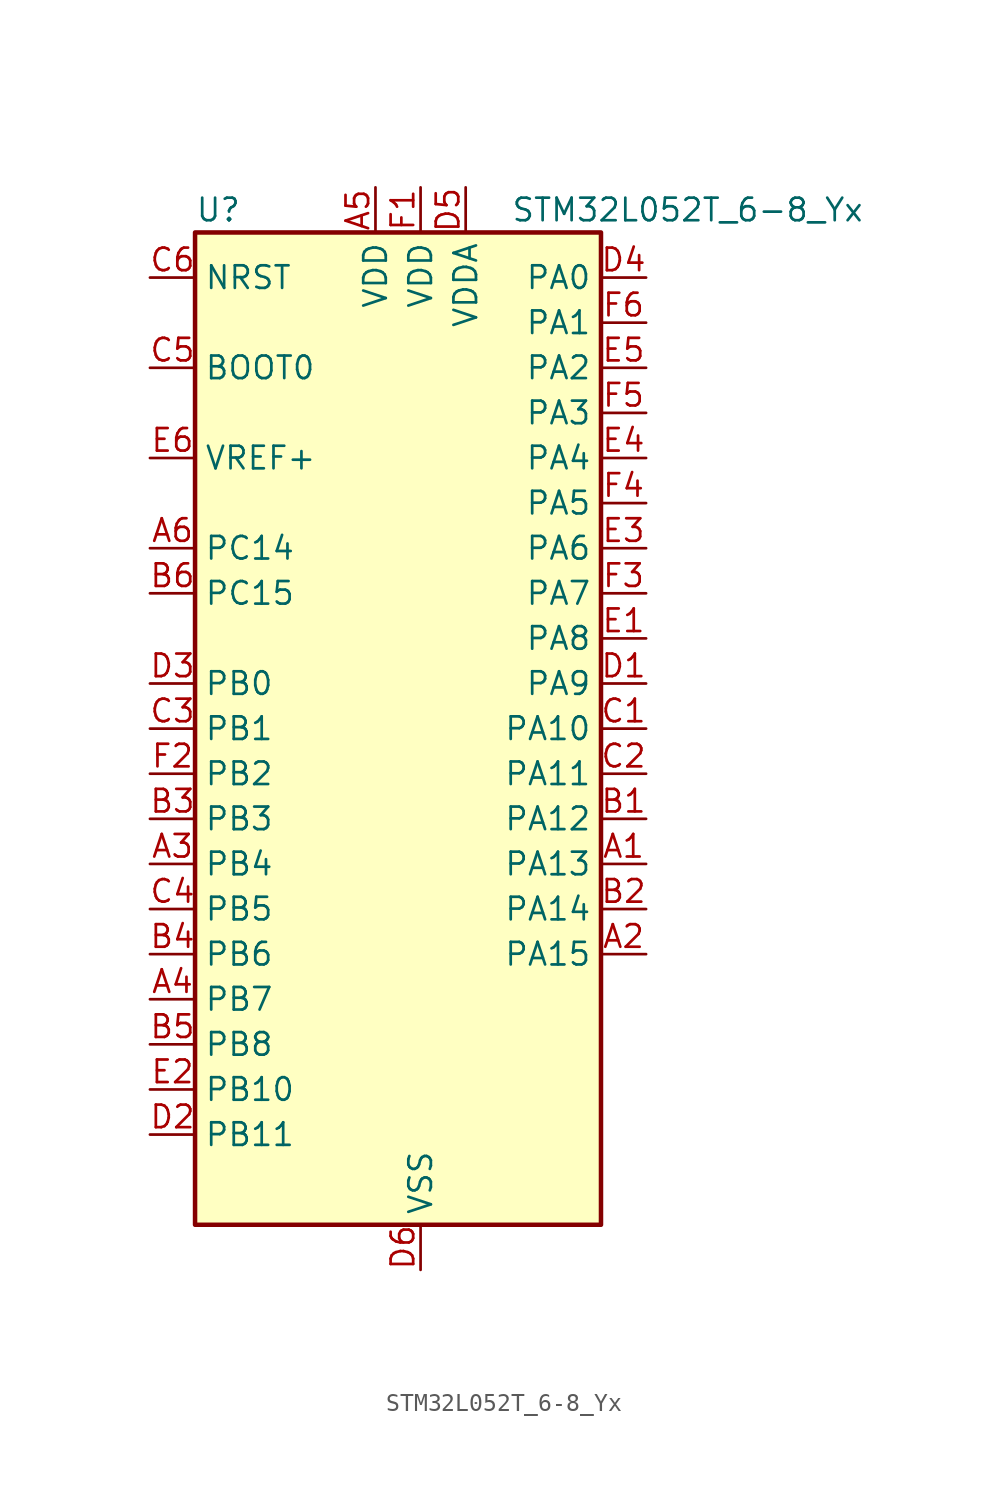
<source format=kicad_sym>
(kicad_symbol_lib
  (version 20231120)
  (generator "kicad_symbol_editor")
  (generator_version "8.0")
  (symbol "STM32L052T_6-8_Yx"
    (property "Reference" "U"
      (at -10.16 29.21 0)
      (effects (font (size 1.27 1.27)) (justify left)))
    (property "Value" "STM32L052T_6-8_Yx"
      (at 7.62 29.21 0)
      (effects (font (size 1.27 1.27)) (justify left)))
    (property "ki_locked" ""
      (at 0 0 0)
      (effects (font (size 1.27 1.27))))
    (symbol "STM32L052T_6-8_Yx_0_1"
      (rectangle (start -10.16 -27.94) (end 12.7 27.94) (stroke (width 0.254) (type default)) (fill (type background))))
    (symbol "STM32L052T_6-8_Yx_1_1"
      (pin bidirectional line (at 15.24 -7.62 180) (length 2.54) (name "PA13" (effects (font (size 1.27 1.27)))) (number "A1" (effects (font (size 1.27 1.27)))) (alternate "SYS_SWDIO" bidirectional line) (alternate "USB_NOE" bidirectional line))
      (pin bidirectional line (at 15.24 -12.7 180) (length 2.54) (name "PA15" (effects (font (size 1.27 1.27)))) (number "A2" (effects (font (size 1.27 1.27)))) (alternate "SPI1_NSS" bidirectional line) (alternate "TIM2_CH1" bidirectional line) (alternate "TIM2_ETR" bidirectional line) (alternate "USART2_RX" bidirectional line))
      (pin bidirectional line (at -12.7 -7.62 0) (length 2.54) (name "PB4" (effects (font (size 1.27 1.27)))) (number "A3" (effects (font (size 1.27 1.27)))) (alternate "COMP2_INP" bidirectional line) (alternate "SPI1_MISO" bidirectional line) (alternate "TIM22_CH1" bidirectional line) (alternate "TSC_G5_IO2" bidirectional line))
      (pin bidirectional line (at -12.7 -15.24 0) (length 2.54) (name "PB7" (effects (font (size 1.27 1.27)))) (number "A4" (effects (font (size 1.27 1.27)))) (alternate "COMP2_INP" bidirectional line) (alternate "I2C1_SDA" bidirectional line) (alternate "LPTIM1_IN2" bidirectional line) (alternate "SYS_PVD_IN" bidirectional line) (alternate "TSC_G5_IO4" bidirectional line) (alternate "USART1_RX" bidirectional line))
      (pin power_in line (at 0 30.48 270) (length 2.54) (name "VDD" (effects (font (size 1.27 1.27)))) (number "A5" (effects (font (size 1.27 1.27)))))
      (pin bidirectional line (at -12.7 10.16 0) (length 2.54) (name "PC14" (effects (font (size 1.27 1.27)))) (number "A6" (effects (font (size 1.27 1.27)))) (alternate "RCC_OSC32_IN" bidirectional line))
      (pin bidirectional line (at 15.24 -5.08 180) (length 2.54) (name "PA12" (effects (font (size 1.27 1.27)))) (number "B1" (effects (font (size 1.27 1.27)))) (alternate "COMP2_OUT" bidirectional line) (alternate "SPI1_MOSI" bidirectional line) (alternate "TSC_G4_IO4" bidirectional line) (alternate "USART1_DE" bidirectional line) (alternate "USART1_RTS" bidirectional line) (alternate "USB_DP" bidirectional line))
      (pin bidirectional line (at 15.24 -10.16 180) (length 2.54) (name "PA14" (effects (font (size 1.27 1.27)))) (number "B2" (effects (font (size 1.27 1.27)))) (alternate "SYS_SWCLK" bidirectional line) (alternate "USART2_TX" bidirectional line))
      (pin bidirectional line (at -12.7 -5.08 0) (length 2.54) (name "PB3" (effects (font (size 1.27 1.27)))) (number "B3" (effects (font (size 1.27 1.27)))) (alternate "COMP2_INM" bidirectional line) (alternate "SPI1_SCK" bidirectional line) (alternate "TIM2_CH2" bidirectional line) (alternate "TSC_G5_IO1" bidirectional line))
      (pin bidirectional line (at -12.7 -12.7 0) (length 2.54) (name "PB6" (effects (font (size 1.27 1.27)))) (number "B4" (effects (font (size 1.27 1.27)))) (alternate "COMP2_INP" bidirectional line) (alternate "I2C1_SCL" bidirectional line) (alternate "LPTIM1_ETR" bidirectional line) (alternate "TSC_G5_IO3" bidirectional line) (alternate "USART1_TX" bidirectional line))
      (pin bidirectional line (at -12.7 -17.78 0) (length 2.54) (name "PB8" (effects (font (size 1.27 1.27)))) (number "B5" (effects (font (size 1.27 1.27)))) (alternate "I2C1_SCL" bidirectional line) (alternate "TSC_SYNC" bidirectional line))
      (pin bidirectional line (at -12.7 7.62 0) (length 2.54) (name "PC15" (effects (font (size 1.27 1.27)))) (number "B6" (effects (font (size 1.27 1.27)))) (alternate "RCC_OSC32_OUT" bidirectional line))
      (pin bidirectional line (at 15.24 0 180) (length 2.54) (name "PA10" (effects (font (size 1.27 1.27)))) (number "C1" (effects (font (size 1.27 1.27)))) (alternate "TSC_G4_IO2" bidirectional line) (alternate "USART1_RX" bidirectional line))
      (pin bidirectional line (at 15.24 -2.54 180) (length 2.54) (name "PA11" (effects (font (size 1.27 1.27)))) (number "C2" (effects (font (size 1.27 1.27)))) (alternate "ADC_EXTI11" bidirectional line) (alternate "COMP1_OUT" bidirectional line) (alternate "SPI1_MISO" bidirectional line) (alternate "TSC_G4_IO3" bidirectional line) (alternate "USART1_CTS" bidirectional line) (alternate "USB_DM" bidirectional line))
      (pin bidirectional line (at -12.7 0 0) (length 2.54) (name "PB1" (effects (font (size 1.27 1.27)))) (number "C3" (effects (font (size 1.27 1.27)))) (alternate "ADC_IN9" bidirectional line) (alternate "LPUART1_DE" bidirectional line) (alternate "LPUART1_RTS" bidirectional line) (alternate "SYS_VREF_OUT_PB1" bidirectional line) (alternate "TSC_G3_IO3" bidirectional line))
      (pin bidirectional line (at -12.7 -10.16 0) (length 2.54) (name "PB5" (effects (font (size 1.27 1.27)))) (number "C4" (effects (font (size 1.27 1.27)))) (alternate "COMP2_INP" bidirectional line) (alternate "I2C1_SMBA" bidirectional line) (alternate "LPTIM1_IN1" bidirectional line) (alternate "SPI1_MOSI" bidirectional line) (alternate "TIM22_CH2" bidirectional line))
      (pin input line (at -12.7 20.32 0) (length 2.54) (name "BOOT0" (effects (font (size 1.27 1.27)))) (number "C5" (effects (font (size 1.27 1.27)))))
      (pin input line (at -12.7 25.4 0) (length 2.54) (name "NRST" (effects (font (size 1.27 1.27)))) (number "C6" (effects (font (size 1.27 1.27)))))
      (pin bidirectional line (at 15.24 2.54 180) (length 2.54) (name "PA9" (effects (font (size 1.27 1.27)))) (number "D1" (effects (font (size 1.27 1.27)))) (alternate "DAC_EXTI9" bidirectional line) (alternate "RCC_MCO" bidirectional line) (alternate "TSC_G4_IO1" bidirectional line) (alternate "USART1_TX" bidirectional line))
      (pin bidirectional line (at -12.7 -22.86 0) (length 2.54) (name "PB11" (effects (font (size 1.27 1.27)))) (number "D2" (effects (font (size 1.27 1.27)))) (alternate "ADC_EXTI11" bidirectional line) (alternate "I2C2_SDA" bidirectional line) (alternate "LPUART1_RX" bidirectional line) (alternate "TIM2_CH4" bidirectional line) (alternate "TSC_G6_IO1" bidirectional line))
      (pin bidirectional line (at -12.7 2.54 0) (length 2.54) (name "PB0" (effects (font (size 1.27 1.27)))) (number "D3" (effects (font (size 1.27 1.27)))) (alternate "ADC_IN8" bidirectional line) (alternate "SYS_VREF_OUT_PB0" bidirectional line) (alternate "TSC_G3_IO2" bidirectional line))
      (pin bidirectional line (at 15.24 25.4 180) (length 2.54) (name "PA0" (effects (font (size 1.27 1.27)))) (number "D4" (effects (font (size 1.27 1.27)))) (alternate "ADC_IN0" bidirectional line) (alternate "COMP1_INM" bidirectional line) (alternate "COMP1_OUT" bidirectional line) (alternate "RTC_TAMP2" bidirectional line) (alternate "SYS_WKUP1" bidirectional line) (alternate "TIM2_CH1" bidirectional line) (alternate "TIM2_ETR" bidirectional line) (alternate "TSC_G1_IO1" bidirectional line) (alternate "USART2_CTS" bidirectional line))
      (pin power_in line (at 5.08 30.48 270) (length 2.54) (name "VDDA" (effects (font (size 1.27 1.27)))) (number "D5" (effects (font (size 1.27 1.27)))))
      (pin power_in line (at 2.54 -30.48 90) (length 2.54) (name "VSS" (effects (font (size 1.27 1.27)))) (number "D6" (effects (font (size 1.27 1.27)))))
      (pin bidirectional line (at 15.24 5.08 180) (length 2.54) (name "PA8" (effects (font (size 1.27 1.27)))) (number "E1" (effects (font (size 1.27 1.27)))) (alternate "CRS_SYNC" bidirectional line) (alternate "RCC_MCO" bidirectional line) (alternate "USART1_CK" bidirectional line))
      (pin bidirectional line (at -12.7 -20.32 0) (length 2.54) (name "PB10" (effects (font (size 1.27 1.27)))) (number "E2" (effects (font (size 1.27 1.27)))) (alternate "I2C2_SCL" bidirectional line) (alternate "LPUART1_TX" bidirectional line) (alternate "TIM2_CH3" bidirectional line) (alternate "TSC_SYNC" bidirectional line))
      (pin bidirectional line (at 15.24 10.16 180) (length 2.54) (name "PA6" (effects (font (size 1.27 1.27)))) (number "E3" (effects (font (size 1.27 1.27)))) (alternate "ADC_IN6" bidirectional line) (alternate "COMP1_OUT" bidirectional line) (alternate "LPUART1_CTS" bidirectional line) (alternate "SPI1_MISO" bidirectional line) (alternate "TIM22_CH1" bidirectional line) (alternate "TSC_G2_IO3" bidirectional line))
      (pin bidirectional line (at 15.24 15.24 180) (length 2.54) (name "PA4" (effects (font (size 1.27 1.27)))) (number "E4" (effects (font (size 1.27 1.27)))) (alternate "ADC_IN4" bidirectional line) (alternate "COMP1_INM" bidirectional line) (alternate "COMP2_INM" bidirectional line) (alternate "DAC_OUT1" bidirectional line) (alternate "SPI1_NSS" bidirectional line) (alternate "TIM22_ETR" bidirectional line) (alternate "TSC_G2_IO1" bidirectional line) (alternate "USART2_CK" bidirectional line))
      (pin bidirectional line (at 15.24 20.32 180) (length 2.54) (name "PA2" (effects (font (size 1.27 1.27)))) (number "E5" (effects (font (size 1.27 1.27)))) (alternate "ADC_IN2" bidirectional line) (alternate "COMP2_INM" bidirectional line) (alternate "COMP2_OUT" bidirectional line) (alternate "TIM21_CH1" bidirectional line) (alternate "TIM2_CH3" bidirectional line) (alternate "TSC_G1_IO3" bidirectional line) (alternate "USART2_TX" bidirectional line))
      (pin input line (at -12.7 15.24 0) (length 2.54) (name "VREF+" (effects (font (size 1.27 1.27)))) (number "E6" (effects (font (size 1.27 1.27)))))
      (pin power_in line (at 2.54 30.48 270) (length 2.54) (name "VDD" (effects (font (size 1.27 1.27)))) (number "F1" (effects (font (size 1.27 1.27)))))
      (pin bidirectional line (at -12.7 -2.54 0) (length 2.54) (name "PB2" (effects (font (size 1.27 1.27)))) (number "F2" (effects (font (size 1.27 1.27)))) (alternate "LPTIM1_OUT" bidirectional line) (alternate "TSC_G3_IO4" bidirectional line))
      (pin bidirectional line (at 15.24 7.62 180) (length 2.54) (name "PA7" (effects (font (size 1.27 1.27)))) (number "F3" (effects (font (size 1.27 1.27)))) (alternate "ADC_IN7" bidirectional line) (alternate "COMP2_OUT" bidirectional line) (alternate "SPI1_MOSI" bidirectional line) (alternate "TIM22_CH2" bidirectional line) (alternate "TSC_G2_IO4" bidirectional line))
      (pin bidirectional line (at 15.24 12.7 180) (length 2.54) (name "PA5" (effects (font (size 1.27 1.27)))) (number "F4" (effects (font (size 1.27 1.27)))) (alternate "ADC_IN5" bidirectional line) (alternate "COMP1_INM" bidirectional line) (alternate "COMP2_INM" bidirectional line) (alternate "SPI1_SCK" bidirectional line) (alternate "TIM2_CH1" bidirectional line) (alternate "TIM2_ETR" bidirectional line) (alternate "TSC_G2_IO2" bidirectional line))
      (pin bidirectional line (at 15.24 17.78 180) (length 2.54) (name "PA3" (effects (font (size 1.27 1.27)))) (number "F5" (effects (font (size 1.27 1.27)))) (alternate "ADC_IN3" bidirectional line) (alternate "COMP2_INP" bidirectional line) (alternate "TIM21_CH2" bidirectional line) (alternate "TIM2_CH4" bidirectional line) (alternate "TSC_G1_IO4" bidirectional line) (alternate "USART2_RX" bidirectional line))
      (pin bidirectional line (at 15.24 22.86 180) (length 2.54) (name "PA1" (effects (font (size 1.27 1.27)))) (number "F6" (effects (font (size 1.27 1.27)))) (alternate "ADC_IN1" bidirectional line) (alternate "COMP1_INP" bidirectional line) (alternate "TIM21_ETR" bidirectional line) (alternate "TIM2_CH2" bidirectional line) (alternate "TSC_G1_IO2" bidirectional line) (alternate "USART2_DE" bidirectional line) (alternate "USART2_RTS" bidirectional line)))))
</source>
